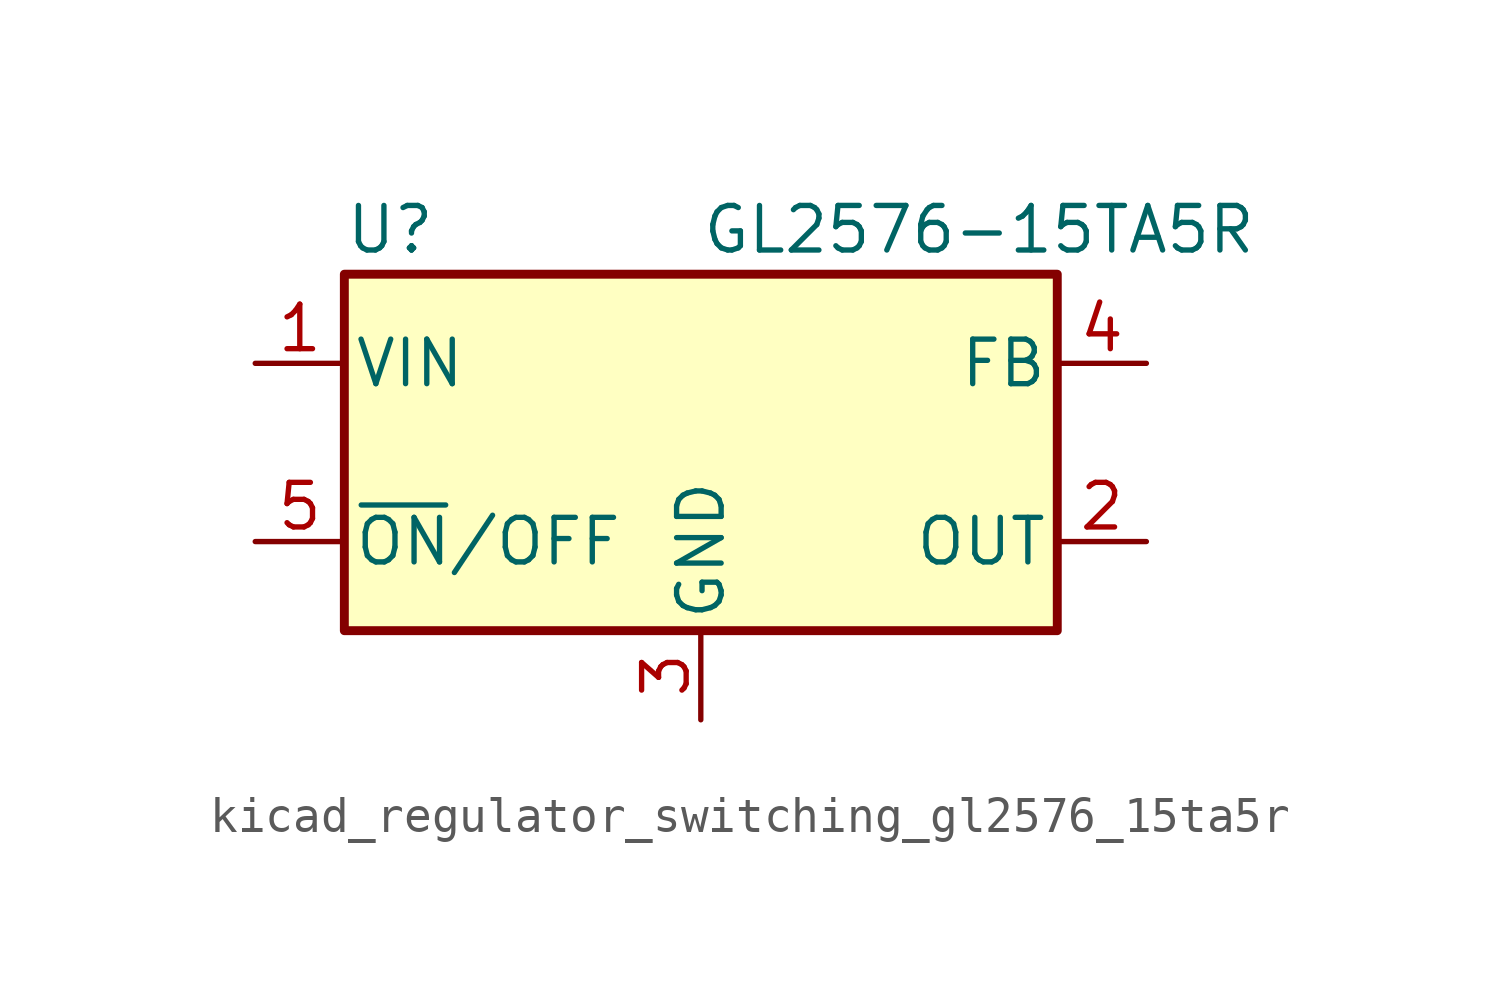
<source format=kicad_sym>
(kicad_symbol_lib
  (version 20220914)
  (generator kicad_symbol_editor)
  (symbol "kicad_regulator_switching_gl2576_15ta5r"
    (pin_names
      (offset 0.254))
    (property "Reference" "U"
      (at -10.16 6.35 0)
      (effects (font (size 1.27 1.27)) (justify left)))
    (property "Value" "GL2576-15TA5R"
      (at 0 6.35 0)
      (effects (font (size 1.27 1.27)) (justify left)))
    (symbol "kicad_regulator_switching_gl2576_15ta5r_0_1"
      (rectangle (start -10.16 5.08) (end 10.16 -5.08) (stroke (width 0.254) (type default)) (fill (type background))))
    (symbol "kicad_regulator_switching_gl2576_15ta5r_1_1"
      (pin power_in line (at -12.7 2.54 0) (length 2.54) (name "VIN" (effects (font (size 1.27 1.27)))) (number "1" (effects (font (size 1.27 1.27)))))
      (pin output line (at 12.7 -2.54 180) (length 2.54) (name "OUT" (effects (font (size 1.27 1.27)))) (number "2" (effects (font (size 1.27 1.27)))))
      (pin power_in line (at 0 -7.62 90) (length 2.54) (name "GND" (effects (font (size 1.27 1.27)))) (number "3" (effects (font (size 1.27 1.27)))))
      (pin input line (at 12.7 2.54 180) (length 2.54) (name "FB" (effects (font (size 1.27 1.27)))) (number "4" (effects (font (size 1.27 1.27)))))
      (pin input line (at -12.7 -2.54 0) (length 2.54) (name "~{ON}/OFF" (effects (font (size 1.27 1.27)))) (number "5" (effects (font (size 1.27 1.27))))))))
</source>
